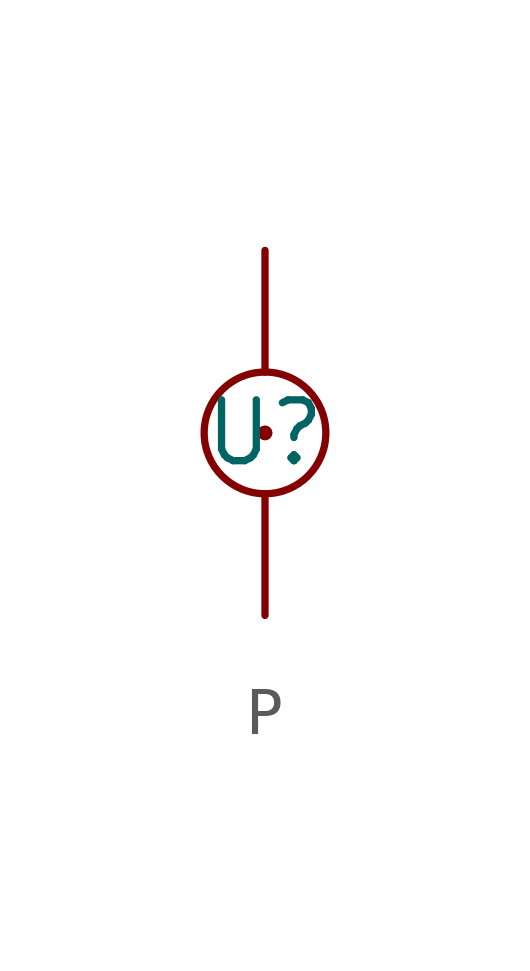
<source format=kicad_sym>
(kicad_symbol_lib
  (version 20231120)
  (generator "kicad_symbol_editor")
  (generator_version "8.0")
  (symbol "P"
    (property "Reference" "U"
      (at 0 0 0)
      (effects (font (size 1.27 1.27))))
    (property "Value" ""
      (at 0 0 0)
      (effects (font (size 1.27 1.27))))
    (symbol "P_0_1"
      (circle (center 0 0) (radius 1.27) (stroke (width 0) (type default)) (fill (type none)))
      (circle (center 0 0) (radius 0.0001) (stroke (width 0) (type default)) (fill (type none)))
      (circle (center 0 0) (radius 0.0001) (stroke (width 0) (type default)) (fill (type none))))
    (symbol "P_1_1"
      (pin power_in line (at 0 -3.81 90) (length 2.54) (name "" (effects (font (size 1.27 1.27)))) (number "" (effects (font (size 1.27 1.27)))))
      (pin power_in line (at 0 3.81 270) (length 2.54) (name "" (effects (font (size 1.27 1.27)))) (number "" (effects (font (size 1.27 1.27))))))))
</source>
